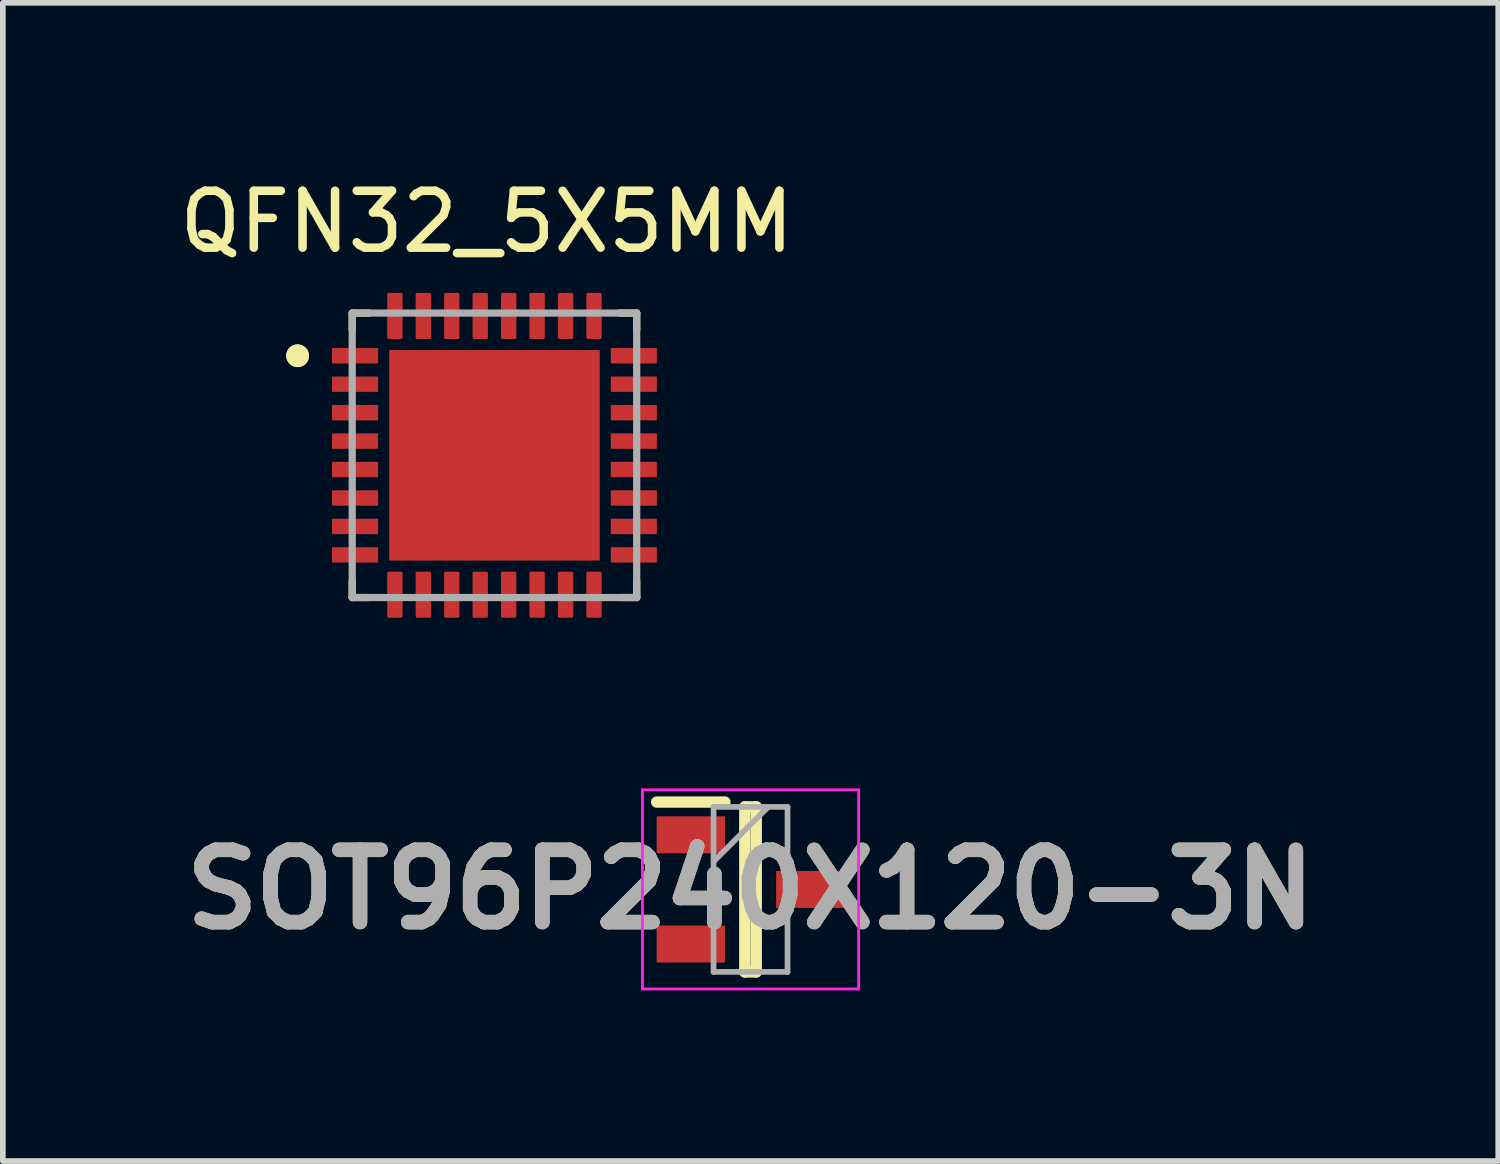
<source format=kicad_pcb>
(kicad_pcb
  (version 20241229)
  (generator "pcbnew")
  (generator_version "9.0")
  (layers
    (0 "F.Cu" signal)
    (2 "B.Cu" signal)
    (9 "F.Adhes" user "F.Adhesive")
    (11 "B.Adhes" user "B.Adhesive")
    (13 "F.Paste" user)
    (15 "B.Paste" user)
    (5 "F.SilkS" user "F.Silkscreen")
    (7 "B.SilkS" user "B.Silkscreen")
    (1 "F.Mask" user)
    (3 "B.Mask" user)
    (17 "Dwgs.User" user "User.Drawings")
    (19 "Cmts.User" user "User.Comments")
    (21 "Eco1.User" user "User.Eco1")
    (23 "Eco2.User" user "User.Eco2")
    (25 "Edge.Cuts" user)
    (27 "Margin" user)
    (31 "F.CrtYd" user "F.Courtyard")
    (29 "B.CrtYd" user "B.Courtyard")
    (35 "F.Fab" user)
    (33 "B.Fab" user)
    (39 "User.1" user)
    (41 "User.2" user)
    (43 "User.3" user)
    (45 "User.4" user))
  (footprint "QFN32_5X5MM"
    (layer "F.Cu")
    (at 5.641 4.953)
    (property "Reference" "QFN32_5X5MM" (at -0.135 -4.105 0) (layer "F.SilkS") (effects (font (size 1 1) (thickness 0.15))))
    (attr smd)
    (fp_line (start -2.5 -2.5) (end -2.5 -2.205) (stroke (width 0.127) (type solid)) (layer "F.SilkS"))
    (fp_line (start -2.5 -2.5) (end -2.205 -2.5) (stroke (width 0.127) (type solid)) (layer "F.SilkS"))
    (fp_line (start -2.5 2.5) (end -2.5 2.205) (stroke (width 0.127) (type solid)) (layer "F.SilkS"))
    (fp_line (start -2.5 2.5) (end -2.205 2.5) (stroke (width 0.127) (type solid)) (layer "F.SilkS"))
    (fp_line (start 2.5 -2.5) (end 2.205 -2.5) (stroke (width 0.127) (type solid)) (layer "F.SilkS"))
    (fp_line (start 2.5 -2.5) (end 2.5 -2.205) (stroke (width 0.127) (type solid)) (layer "F.SilkS"))
    (fp_line (start 2.5 2.5) (end 2.205 2.5) (stroke (width 0.127) (type solid)) (layer "F.SilkS"))
    (fp_line (start 2.5 2.5) (end 2.5 2.205) (stroke (width 0.127) (type solid)) (layer "F.SilkS"))
    (fp_circle (center -3.46 -1.75) (end -3.36 -1.75) (stroke (width 0.2) (type solid)) (fill no) (layer "F.SilkS"))
    (fp_circle (center -3.46 -1.75) (end -3.36 -1.75) (stroke (width 0.2) (type solid)) (fill no) (layer "F.SilkS"))
    (fp_poly (pts (xy -1.85 -1.85) (xy -0.95 -1.85) (xy -0.95 -0.95) (xy -1.85 -0.95)) (stroke (width 0.01) (type solid)) (fill yes) (layer "F.Paste"))
    (fp_poly (pts (xy -1.85 -0.45) (xy -0.95 -0.45) (xy -0.95 0.45) (xy -1.85 0.45)) (stroke (width 0.01) (type solid)) (fill yes) (layer "F.Paste"))
    (fp_poly (pts (xy -1.85 0.95) (xy -0.95 0.95) (xy -0.95 1.85) (xy -1.85 1.85)) (stroke (width 0.01) (type solid)) (fill yes) (layer "F.Paste"))
    (fp_poly (pts (xy -0.45 -1.85) (xy 0.45 -1.85) (xy 0.45 -0.95) (xy -0.45 -0.95)) (stroke (width 0.01) (type solid)) (fill yes) (layer "F.Paste"))
    (fp_poly (pts (xy -0.45 -0.45) (xy 0.45 -0.45) (xy 0.45 0.45) (xy -0.45 0.45)) (stroke (width 0.01) (type solid)) (fill yes) (layer "F.Paste"))
    (fp_poly (pts (xy -0.45 0.95) (xy 0.45 0.95) (xy 0.45 1.85) (xy -0.45 1.85)) (stroke (width 0.01) (type solid)) (fill yes) (layer "F.Paste"))
    (fp_poly (pts (xy 0.95 -1.85) (xy 1.85 -1.85) (xy 1.85 -0.95) (xy 0.95 -0.95)) (stroke (width 0.01) (type solid)) (fill yes) (layer "F.Paste"))
    (fp_poly (pts (xy 0.95 -0.45) (xy 1.85 -0.45) (xy 1.85 0.45) (xy 0.95 0.45)) (stroke (width 0.01) (type solid)) (fill yes) (layer "F.Paste"))
    (fp_poly (pts (xy 0.95 0.95) (xy 1.85 0.95) (xy 1.85 1.85) (xy 0.95 1.85)) (stroke (width 0.01) (type solid)) (fill yes) (layer "F.Paste"))
    (fp_line (start -2.5 2.5) (end -2.5 -2.5) (stroke (width 0.127) (type solid)) (layer "F.Fab"))
    (fp_line (start 2.5 -2.5) (end -2.5 -2.5) (stroke (width 0.127) (type solid)) (layer "F.Fab"))
    (fp_line (start 2.5 2.5) (end -2.5 2.5) (stroke (width 0.127) (type solid)) (layer "F.Fab"))
    (fp_line (start 2.5 2.5) (end 2.5 -2.5) (stroke (width 0.127) (type solid)) (layer "F.Fab"))
    (pad "1" smd roundrect (at -2.45 -1.75) (size 0.81 0.27) (layers "F.Cu" "F.Mask" "F.Paste") (roundrect_rratio 0.03))
    (pad "2" smd roundrect (at -2.45 -1.25) (size 0.81 0.27) (layers "F.Cu" "F.Mask" "F.Paste") (roundrect_rratio 0.03))
    (pad "3" smd roundrect (at -2.45 -0.75) (size 0.81 0.27) (layers "F.Cu" "F.Mask" "F.Paste") (roundrect_rratio 0.03))
    (pad "4" smd roundrect (at -2.45 -0.25) (size 0.81 0.27) (layers "F.Cu" "F.Mask" "F.Paste") (roundrect_rratio 0.03))
    (pad "5" smd roundrect (at -2.45 0.25) (size 0.81 0.27) (layers "F.Cu" "F.Mask" "F.Paste") (roundrect_rratio 0.03))
    (pad "6" smd roundrect (at -2.45 0.75) (size 0.81 0.27) (layers "F.Cu" "F.Mask" "F.Paste") (roundrect_rratio 0.03))
    (pad "7" smd roundrect (at -2.45 1.25) (size 0.81 0.27) (layers "F.Cu" "F.Mask" "F.Paste") (roundrect_rratio 0.03))
    (pad "8" smd roundrect (at -2.45 1.75) (size 0.81 0.27) (layers "F.Cu" "F.Mask" "F.Paste") (roundrect_rratio 0.03))
    (pad "9" smd roundrect (at -1.75 2.45) (size 0.27 0.81) (layers "F.Cu" "F.Mask" "F.Paste") (roundrect_rratio 0.1))
    (pad "10" smd roundrect (at -1.25 2.45) (size 0.27 0.81) (layers "F.Cu" "F.Mask" "F.Paste") (roundrect_rratio 0.1))
    (pad "11" smd roundrect (at -0.75 2.45) (size 0.27 0.81) (layers "F.Cu" "F.Mask" "F.Paste") (roundrect_rratio 0.1))
    (pad "12" smd roundrect (at -0.25 2.45) (size 0.27 0.81) (layers "F.Cu" "F.Mask" "F.Paste") (roundrect_rratio 0.1))
    (pad "13" smd roundrect (at 0.25 2.45) (size 0.27 0.81) (layers "F.Cu" "F.Mask" "F.Paste") (roundrect_rratio 0.1))
    (pad "14" smd roundrect (at 0.75 2.45) (size 0.27 0.81) (layers "F.Cu" "F.Mask" "F.Paste") (roundrect_rratio 0.1))
    (pad "15" smd roundrect (at 1.25 2.45) (size 0.27 0.81) (layers "F.Cu" "F.Mask" "F.Paste") (roundrect_rratio 0.1))
    (pad "16" smd roundrect (at 1.75 2.45) (size 0.27 0.81) (layers "F.Cu" "F.Mask" "F.Paste") (roundrect_rratio 0.1))
    (pad "17" smd roundrect (at 2.45 1.75) (size 0.81 0.27) (layers "F.Cu" "F.Mask" "F.Paste") (roundrect_rratio 0.03))
    (pad "18" smd roundrect (at 2.45 1.25) (size 0.81 0.27) (layers "F.Cu" "F.Mask" "F.Paste") (roundrect_rratio 0.03))
    (pad "19" smd roundrect (at 2.45 0.75) (size 0.81 0.27) (layers "F.Cu" "F.Mask" "F.Paste") (roundrect_rratio 0.03))
    (pad "20" smd roundrect (at 2.45 0.25) (size 0.81 0.27) (layers "F.Cu" "F.Mask" "F.Paste") (roundrect_rratio 0.03))
    (pad "21" smd roundrect (at 2.45 -0.25) (size 0.81 0.27) (layers "F.Cu" "F.Mask" "F.Paste") (roundrect_rratio 0.03))
    (pad "22" smd roundrect (at 2.45 -0.75) (size 0.81 0.27) (layers "F.Cu" "F.Mask" "F.Paste") (roundrect_rratio 0.03))
    (pad "23" smd roundrect (at 2.45 -1.25) (size 0.81 0.27) (layers "F.Cu" "F.Mask" "F.Paste") (roundrect_rratio 0.03))
    (pad "24" smd roundrect (at 2.45 -1.75) (size 0.81 0.27) (layers "F.Cu" "F.Mask" "F.Paste") (roundrect_rratio 0.03))
    (pad "25" smd roundrect (at 1.75 -2.45) (size 0.27 0.81) (layers "F.Cu" "F.Mask" "F.Paste") (roundrect_rratio 0.1))
    (pad "26" smd roundrect (at 1.25 -2.45) (size 0.27 0.81) (layers "F.Cu" "F.Mask" "F.Paste") (roundrect_rratio 0.1))
    (pad "27" smd roundrect (at 0.75 -2.45) (size 0.27 0.81) (layers "F.Cu" "F.Mask" "F.Paste") (roundrect_rratio 0.1))
    (pad "28" smd roundrect (at 0.25 -2.45) (size 0.27 0.81) (layers "F.Cu" "F.Mask" "F.Paste") (roundrect_rratio 0.1))
    (pad "29" smd roundrect (at -0.25 -2.45) (size 0.27 0.81) (layers "F.Cu" "F.Mask" "F.Paste") (roundrect_rratio 0.1))
    (pad "30" smd roundrect (at -0.75 -2.45) (size 0.27 0.81) (layers "F.Cu" "F.Mask" "F.Paste") (roundrect_rratio 0.1))
    (pad "31" smd roundrect (at -1.25 -2.45) (size 0.27 0.81) (layers "F.Cu" "F.Mask" "F.Paste") (roundrect_rratio 0.1))
    (pad "32" smd roundrect (at -1.75 -2.45) (size 0.27 0.81) (layers "F.Cu" "F.Mask" "F.Paste") (roundrect_rratio 0.1))
    (pad "33" smd rect (at 0 0) (size 3.7 3.7) (layers "F.Cu" "F.Mask")))
  (footprint "SOT96P240X120-3N"
    (layer "F.Cu")
    (at 10.142 12.583)
    (property "Reference" "SOT96P240X120-3N" (at 0 0 0) (layer "F.SilkS") (effects (font (size 1.27 1.27) (thickness 0.254))))
    (attr smd)
    (fp_line (start -1.65 -1.535) (end -0.45 -1.535) (stroke (width 0.2) (type solid)) (layer "F.SilkS"))
    (fp_line (start -0.1 -1.45) (end 0.1 -1.45) (stroke (width 0.2) (type solid)) (layer "F.SilkS"))
    (fp_line (start -0.1 1.45) (end -0.1 -1.45) (stroke (width 0.2) (type solid)) (layer "F.SilkS"))
    (fp_line (start 0.1 -1.45) (end 0.1 1.45) (stroke (width 0.2) (type solid)) (layer "F.SilkS"))
    (fp_line (start 0.1 1.45) (end -0.1 1.45) (stroke (width 0.2) (type solid)) (layer "F.SilkS"))
    (fp_line (start -1.9 -1.75) (end 1.9 -1.75) (stroke (width 0.05) (type solid)) (layer "F.CrtYd"))
    (fp_line (start -1.9 1.75) (end -1.9 -1.75) (stroke (width 0.05) (type solid)) (layer "F.CrtYd"))
    (fp_line (start 1.9 -1.75) (end 1.9 1.75) (stroke (width 0.05) (type solid)) (layer "F.CrtYd"))
    (fp_line (start 1.9 1.75) (end -1.9 1.75) (stroke (width 0.05) (type solid)) (layer "F.CrtYd"))
    (fp_line (start -0.65 -1.45) (end 0.65 -1.45) (stroke (width 0.1) (type solid)) (layer "F.Fab"))
    (fp_line (start -0.65 -0.49) (end 0.31 -1.45) (stroke (width 0.1) (type solid)) (layer "F.Fab"))
    (fp_line (start -0.65 1.45) (end -0.65 -1.45) (stroke (width 0.1) (type solid)) (layer "F.Fab"))
    (fp_line (start 0.65 -1.45) (end 0.65 1.45) (stroke (width 0.1) (type solid)) (layer "F.Fab"))
    (fp_line (start 0.65 1.45) (end -0.65 1.45) (stroke (width 0.1) (type solid)) (layer "F.Fab"))
    (fp_text user "${REFERENCE}" (at 0 0 0) (layer "F.Fab") (effects (font (size 1.27 1.27) (thickness 0.254))))
    (pad "1" smd rect (at -1.05 -0.96 90) (size 0.65 1.2) (layers "F.Cu" "F.Mask" "F.Paste"))
    (pad "2" smd rect (at -1.05 0.96 90) (size 0.65 1.2) (layers "F.Cu" "F.Mask" "F.Paste"))
    (pad "3" smd rect (at 1.05 0 90) (size 0.65 1.2) (layers "F.Cu" "F.Mask" "F.Paste")))
  (gr_rect
    (start -3 -3)
    (end 23.284 17.358)
    (stroke (width 0.1) (type default))
    (fill no)
    (layer "Edge.Cuts")))
</source>
